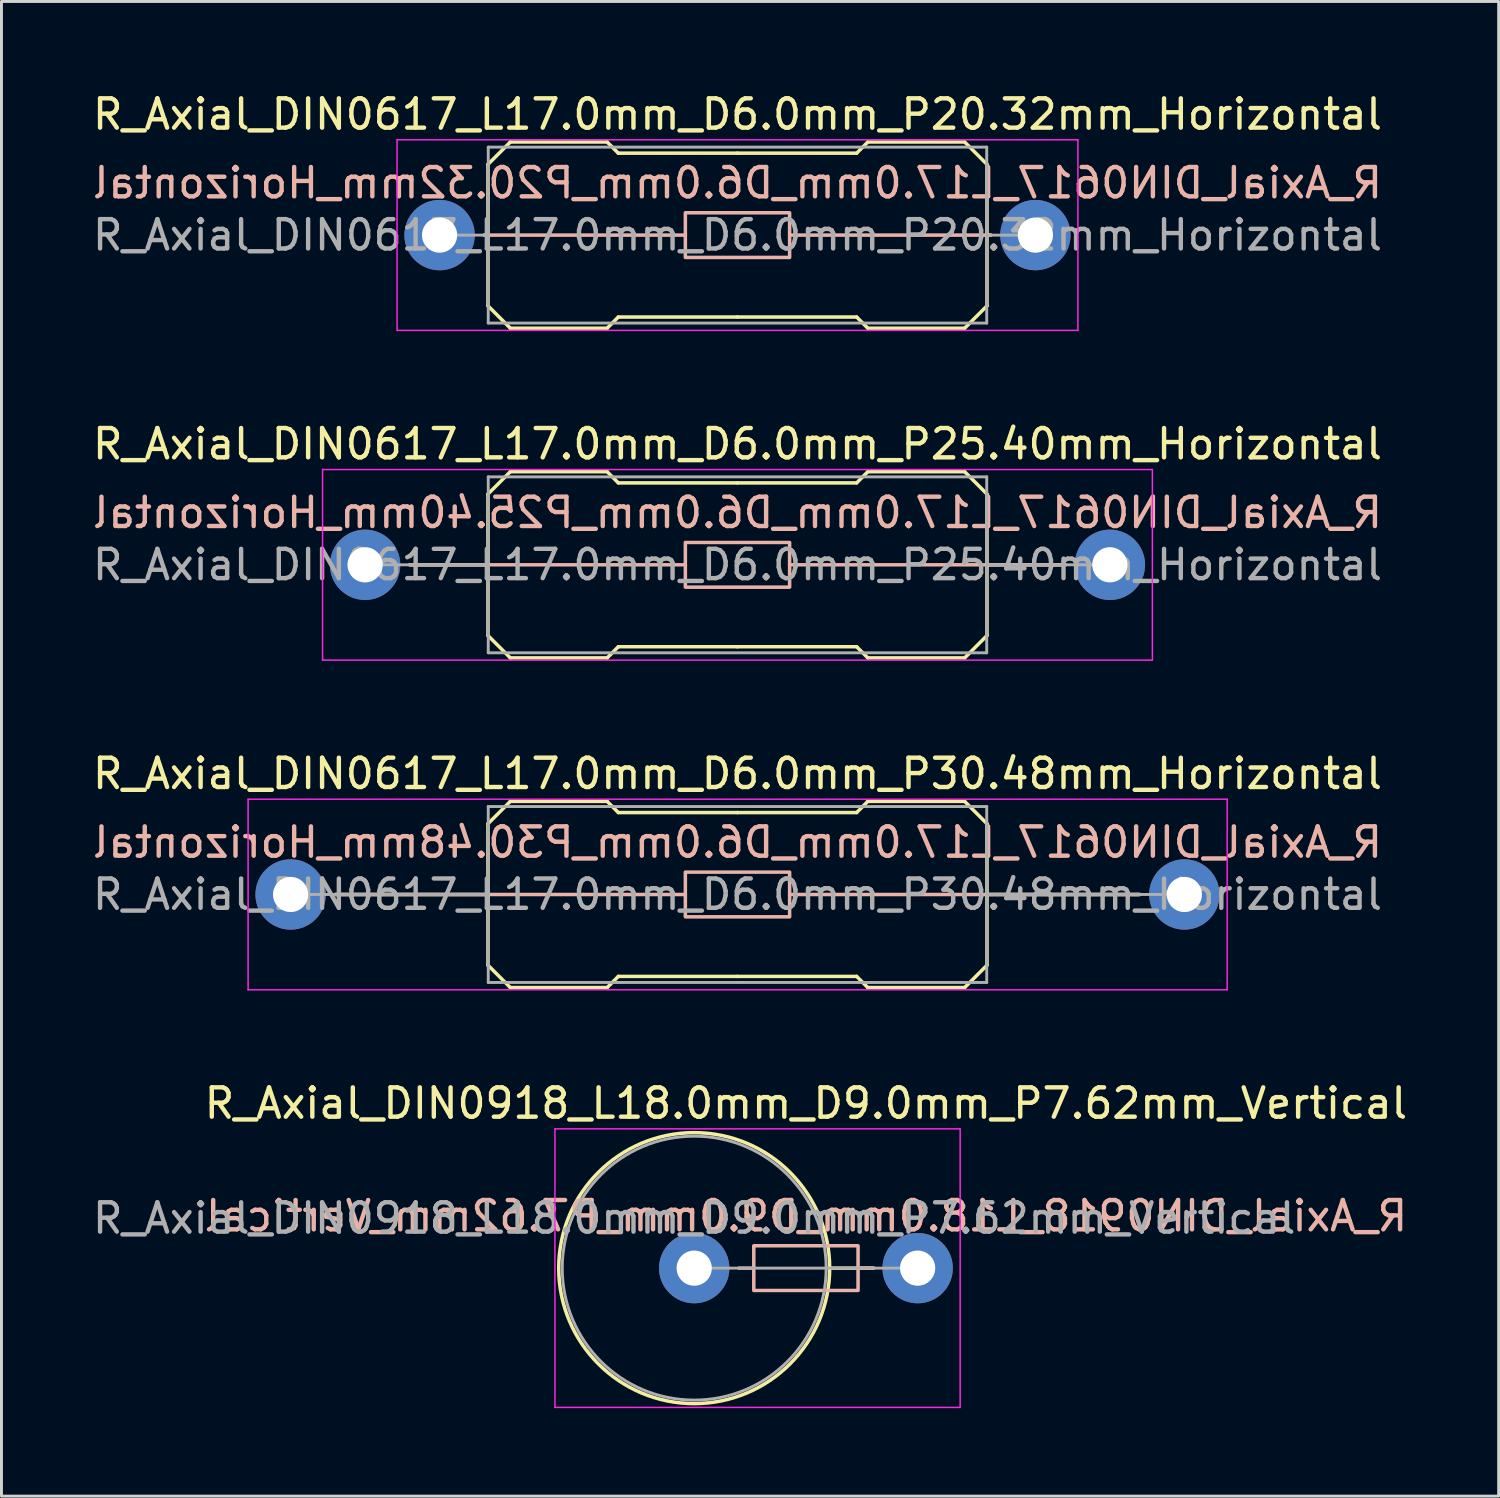
<source format=kicad_pcb>
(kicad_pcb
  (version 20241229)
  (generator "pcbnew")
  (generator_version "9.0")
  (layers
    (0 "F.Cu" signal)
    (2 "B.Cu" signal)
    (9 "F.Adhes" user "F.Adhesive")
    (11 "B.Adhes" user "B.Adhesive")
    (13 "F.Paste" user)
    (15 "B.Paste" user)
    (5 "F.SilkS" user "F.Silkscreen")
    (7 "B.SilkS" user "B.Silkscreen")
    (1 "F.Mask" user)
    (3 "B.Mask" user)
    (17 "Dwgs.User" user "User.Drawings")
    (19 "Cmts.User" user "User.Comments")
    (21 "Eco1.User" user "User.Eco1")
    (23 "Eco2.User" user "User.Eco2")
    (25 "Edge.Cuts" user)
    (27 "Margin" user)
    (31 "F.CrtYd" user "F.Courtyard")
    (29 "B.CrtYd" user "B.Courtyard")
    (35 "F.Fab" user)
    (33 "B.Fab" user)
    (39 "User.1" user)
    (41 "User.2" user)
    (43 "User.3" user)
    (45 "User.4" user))
  (footprint "R_Axial_DIN0617_L17.0mm_D6.0mm_P20.32mm_Horizontal"
    (layer "F.Cu")
    (at 11.941 4.968)
    (property "Reference" "R_Axial_DIN0617_L17.0mm_D6.0mm_P20.32mm_Horizontal" (at 10.16 -4.12 0) (layer "F.SilkS") (effects (font (size 1 1) (thickness 0.15))))
    (fp_line (start 1.651 -2.413) (end 1.651 2.413) (stroke (width 0.12) (type solid)) (layer "F.SilkS"))
    (fp_line (start 1.651 -2.413) (end 2.413 -3.175) (stroke (width 0.12) (type solid)) (layer "F.SilkS"))
    (fp_line (start 1.651 0) (end 1.524 0) (stroke (width 0.12) (type solid)) (layer "F.SilkS"))
    (fp_line (start 1.651 2.413) (end 2.413 3.175) (stroke (width 0.12) (type solid)) (layer "F.SilkS"))
    (fp_line (start 2.413 -3.175) (end 5.715 -3.175) (stroke (width 0.12) (type solid)) (layer "F.SilkS"))
    (fp_line (start 2.413 3.175) (end 5.715 3.175) (stroke (width 0.12) (type solid)) (layer "F.SilkS"))
    (fp_line (start 5.715 -3.175) (end 6.096 -2.794) (stroke (width 0.12) (type solid)) (layer "F.SilkS"))
    (fp_line (start 5.715 3.175) (end 6.096 2.794) (stroke (width 0.12) (type solid)) (layer "F.SilkS"))
    (fp_line (start 6.096 -2.794) (end 10.16 -2.794) (stroke (width 0.12) (type solid)) (layer "F.SilkS"))
    (fp_line (start 6.096 2.794) (end 10.16 2.794) (stroke (width 0.12) (type solid)) (layer "F.SilkS"))
    (fp_line (start 14.224 -2.794) (end 10.16 -2.794) (stroke (width 0.12) (type solid)) (layer "F.SilkS"))
    (fp_line (start 14.224 2.794) (end 10.16 2.794) (stroke (width 0.12) (type solid)) (layer "F.SilkS"))
    (fp_line (start 14.605 -3.175) (end 14.224 -2.794) (stroke (width 0.12) (type solid)) (layer "F.SilkS"))
    (fp_line (start 14.605 3.175) (end 14.224 2.794) (stroke (width 0.12) (type solid)) (layer "F.SilkS"))
    (fp_line (start 17.907 -3.175) (end 14.605 -3.175) (stroke (width 0.12) (type solid)) (layer "F.SilkS"))
    (fp_line (start 17.907 3.175) (end 14.605 3.175) (stroke (width 0.12) (type solid)) (layer "F.SilkS"))
    (fp_line (start 18.669 -2.413) (end 17.907 -3.175) (stroke (width 0.12) (type solid)) (layer "F.SilkS"))
    (fp_line (start 18.669 0) (end 18.796 0) (stroke (width 0.12) (type solid)) (layer "F.SilkS"))
    (fp_line (start 18.669 2.413) (end 17.907 3.175) (stroke (width 0.12) (type solid)) (layer "F.SilkS"))
    (fp_line (start 18.669 2.413) (end 18.669 -2.413) (stroke (width 0.12) (type solid)) (layer "F.SilkS"))
    (fp_line (start 8.382 0) (end 1.524 0) (stroke (width 0.12) (type solid)) (layer "B.SilkS"))
    (fp_line (start 11.938 0) (end 18.796 0) (stroke (width 0.12) (type solid)) (layer "B.SilkS"))
    (fp_rect (start 8.382 -0.762) (end 11.938 0.762) (stroke (width 0.12) (type solid)) (fill no) (layer "B.SilkS"))
    (fp_line (start -1.45 -3.25) (end -1.45 3.25) (stroke (width 0.05) (type solid)) (layer "F.CrtYd"))
    (fp_line (start -1.45 3.25) (end 21.77 3.25) (stroke (width 0.05) (type solid)) (layer "F.CrtYd"))
    (fp_line (start 21.77 -3.25) (end -1.45 -3.25) (stroke (width 0.05) (type solid)) (layer "F.CrtYd"))
    (fp_line (start 21.77 3.25) (end 21.77 -3.25) (stroke (width 0.05) (type solid)) (layer "F.CrtYd"))
    (fp_line (start 0 0) (end 1.66 0) (stroke (width 0.1) (type solid)) (layer "F.Fab"))
    (fp_line (start 1.66 -3) (end 1.66 3) (stroke (width 0.1) (type solid)) (layer "F.Fab"))
    (fp_line (start 1.66 3) (end 18.66 3) (stroke (width 0.1) (type solid)) (layer "F.Fab"))
    (fp_line (start 18.66 -3) (end 1.66 -3) (stroke (width 0.1) (type solid)) (layer "F.Fab"))
    (fp_line (start 18.66 3) (end 18.66 -3) (stroke (width 0.1) (type solid)) (layer "F.Fab"))
    (fp_line (start 20.32 0) (end 18.66 0) (stroke (width 0.1) (type solid)) (layer "F.Fab"))
    (fp_text user "${REFERENCE}" (at 10.16 -1.778 0) (layer "B.SilkS") (effects (font (size 1 1) (thickness 0.15)) (justify mirror)))
    (fp_text user "${REFERENCE}" (at 10.16 0 0) (layer "F.Fab") (effects (font (size 1 1) (thickness 0.15))))
    (pad "1" thru_hole circle (at 0 0) (size 2.4 2.4) (drill 1.2) (layers "*.Cu" "*.Mask"))
    (pad "2" thru_hole oval (at 20.32 0) (size 2.4 2.4) (drill 1.2) (layers "*.Cu" "*.Mask")))
  (footprint "R_Axial_DIN0617_L17.0mm_D6.0mm_P25.40mm_Horizontal"
    (layer "F.Cu")
    (at 9.401 16.212)
    (property "Reference" "R_Axial_DIN0617_L17.0mm_D6.0mm_P25.40mm_Horizontal" (at 12.7 -4.12 0) (layer "F.SilkS") (effects (font (size 1 1) (thickness 0.15))))
    (fp_line (start 4.191 -2.413) (end 4.191 2.413) (stroke (width 0.12) (type solid)) (layer "F.SilkS"))
    (fp_line (start 4.191 -2.413) (end 4.953 -3.175) (stroke (width 0.12) (type solid)) (layer "F.SilkS"))
    (fp_line (start 4.191 0) (end 1.524 0) (stroke (width 0.12) (type solid)) (layer "F.SilkS"))
    (fp_line (start 4.191 2.413) (end 4.953 3.175) (stroke (width 0.12) (type solid)) (layer "F.SilkS"))
    (fp_line (start 4.953 -3.175) (end 8.255 -3.175) (stroke (width 0.12) (type solid)) (layer "F.SilkS"))
    (fp_line (start 4.953 3.175) (end 8.255 3.175) (stroke (width 0.12) (type solid)) (layer "F.SilkS"))
    (fp_line (start 8.255 -3.175) (end 8.636 -2.794) (stroke (width 0.12) (type solid)) (layer "F.SilkS"))
    (fp_line (start 8.255 3.175) (end 8.636 2.794) (stroke (width 0.12) (type solid)) (layer "F.SilkS"))
    (fp_line (start 8.636 -2.794) (end 12.7 -2.794) (stroke (width 0.12) (type solid)) (layer "F.SilkS"))
    (fp_line (start 8.636 2.794) (end 12.7 2.794) (stroke (width 0.12) (type solid)) (layer "F.SilkS"))
    (fp_line (start 16.764 -2.794) (end 12.7 -2.794) (stroke (width 0.12) (type solid)) (layer "F.SilkS"))
    (fp_line (start 16.764 2.794) (end 12.7 2.794) (stroke (width 0.12) (type solid)) (layer "F.SilkS"))
    (fp_line (start 17.145 -3.175) (end 16.764 -2.794) (stroke (width 0.12) (type solid)) (layer "F.SilkS"))
    (fp_line (start 17.145 3.175) (end 16.764 2.794) (stroke (width 0.12) (type solid)) (layer "F.SilkS"))
    (fp_line (start 20.447 -3.175) (end 17.145 -3.175) (stroke (width 0.12) (type solid)) (layer "F.SilkS"))
    (fp_line (start 20.447 3.175) (end 17.145 3.175) (stroke (width 0.12) (type solid)) (layer "F.SilkS"))
    (fp_line (start 21.209 -2.413) (end 20.447 -3.175) (stroke (width 0.12) (type solid)) (layer "F.SilkS"))
    (fp_line (start 21.209 0) (end 23.876 0) (stroke (width 0.12) (type solid)) (layer "F.SilkS"))
    (fp_line (start 21.209 2.413) (end 20.447 3.175) (stroke (width 0.12) (type solid)) (layer "F.SilkS"))
    (fp_line (start 21.209 2.413) (end 21.209 -2.413) (stroke (width 0.12) (type solid)) (layer "F.SilkS"))
    (fp_line (start 10.922 0) (end 1.524 0) (stroke (width 0.12) (type solid)) (layer "B.SilkS"))
    (fp_line (start 14.478 0) (end 23.876 0) (stroke (width 0.12) (type solid)) (layer "B.SilkS"))
    (fp_rect (start 10.922 -0.762) (end 14.478 0.762) (stroke (width 0.12) (type solid)) (fill no) (layer "B.SilkS"))
    (fp_line (start -1.45 -3.25) (end -1.45 3.25) (stroke (width 0.05) (type solid)) (layer "F.CrtYd"))
    (fp_line (start -1.45 3.25) (end 26.85 3.25) (stroke (width 0.05) (type solid)) (layer "F.CrtYd"))
    (fp_line (start 26.85 -3.25) (end -1.45 -3.25) (stroke (width 0.05) (type solid)) (layer "F.CrtYd"))
    (fp_line (start 26.85 3.25) (end 26.85 -3.25) (stroke (width 0.05) (type solid)) (layer "F.CrtYd"))
    (fp_line (start 0 0) (end 4.2 0) (stroke (width 0.1) (type solid)) (layer "F.Fab"))
    (fp_line (start 4.2 -3) (end 4.2 3) (stroke (width 0.1) (type solid)) (layer "F.Fab"))
    (fp_line (start 4.2 3) (end 21.2 3) (stroke (width 0.1) (type solid)) (layer "F.Fab"))
    (fp_line (start 21.2 -3) (end 4.2 -3) (stroke (width 0.1) (type solid)) (layer "F.Fab"))
    (fp_line (start 21.2 3) (end 21.2 -3) (stroke (width 0.1) (type solid)) (layer "F.Fab"))
    (fp_line (start 25.4 0) (end 21.2 0) (stroke (width 0.1) (type solid)) (layer "F.Fab"))
    (fp_text user "${REFERENCE}" (at 12.7 -1.778 0) (layer "B.SilkS") (effects (font (size 1 1) (thickness 0.15)) (justify mirror)))
    (fp_text user "${REFERENCE}" (at 12.7 0 0) (layer "F.Fab") (effects (font (size 1 1) (thickness 0.15))))
    (pad "1" thru_hole circle (at 0 0) (size 2.4 2.4) (drill 1.2) (layers "*.Cu" "*.Mask"))
    (pad "2" thru_hole oval (at 25.4 0) (size 2.4 2.4) (drill 1.2) (layers "*.Cu" "*.Mask")))
  (footprint "R_Axial_DIN0918_L18.0mm_D9.0mm_P7.62mm_Vertical"
    (layer "F.Cu")
    (at 20.625 40.198)
    (property "Reference" "R_Axial_DIN0918_L18.0mm_D9.0mm_P7.62mm_Vertical" (at 3.81 -5.62 0) (layer "F.SilkS") (effects (font (size 1 1) (thickness 0.15))))
    (fp_line (start 4.62 0) (end 6.12 0) (stroke (width 0.12) (type solid)) (layer "F.SilkS"))
    (fp_circle (center 0 0) (end 4.62 0) (stroke (width 0.12) (type solid)) (fill no) (layer "F.SilkS"))
    (fp_line (start 2.032 0) (end 1.524 0) (stroke (width 0.12) (type solid)) (layer "B.SilkS"))
    (fp_line (start 5.588 0) (end 6.096 0) (stroke (width 0.12) (type solid)) (layer "B.SilkS"))
    (fp_rect (start 2.032 -0.762) (end 5.588 0.762) (stroke (width 0.12) (type solid)) (fill no) (layer "B.SilkS"))
    (fp_line (start -4.75 -4.75) (end -4.75 4.75) (stroke (width 0.05) (type solid)) (layer "F.CrtYd"))
    (fp_line (start -4.75 4.75) (end 9.07 4.75) (stroke (width 0.05) (type solid)) (layer "F.CrtYd"))
    (fp_line (start 9.07 -4.75) (end -4.75 -4.75) (stroke (width 0.05) (type solid)) (layer "F.CrtYd"))
    (fp_line (start 9.07 4.75) (end 9.07 -4.75) (stroke (width 0.05) (type solid)) (layer "F.CrtYd"))
    (fp_line (start 0 0) (end 7.62 0) (stroke (width 0.1) (type solid)) (layer "F.Fab"))
    (fp_circle (center 0 0) (end 4.5 0) (stroke (width 0.1) (type solid)) (fill no) (layer "F.Fab"))
    (fp_text user "${REFERENCE}" (at 3.81 -1.778 0) (layer "B.SilkS") (effects (font (size 1 1) (thickness 0.15)) (justify mirror)))
    (fp_text user "${REFERENCE}" (at 0 -1.7 0) (layer "F.Fab") (effects (font (size 1 1) (thickness 0.15))))
    (pad "1" thru_hole circle (at 0 0) (size 2.4 2.4) (drill 1.2) (layers "*.Cu" "*.Mask"))
    (pad "2" thru_hole oval (at 7.62 0) (size 2.4 2.4) (drill 1.2) (layers "*.Cu" "*.Mask")))
  (footprint "R_Axial_DIN0617_L17.0mm_D6.0mm_P30.48mm_Horizontal"
    (layer "F.Cu")
    (at 6.861 27.455)
    (property "Reference" "R_Axial_DIN0617_L17.0mm_D6.0mm_P30.48mm_Horizontal" (at 15.24 -4.12 0) (layer "F.SilkS") (effects (font (size 1 1) (thickness 0.15))))
    (fp_line (start 6.731 -2.413) (end 6.731 2.413) (stroke (width 0.12) (type solid)) (layer "F.SilkS"))
    (fp_line (start 6.731 -2.413) (end 7.493 -3.175) (stroke (width 0.12) (type solid)) (layer "F.SilkS"))
    (fp_line (start 6.731 0) (end 1.524 0) (stroke (width 0.12) (type solid)) (layer "F.SilkS"))
    (fp_line (start 6.731 2.413) (end 7.493 3.175) (stroke (width 0.12) (type solid)) (layer "F.SilkS"))
    (fp_line (start 7.493 -3.175) (end 10.795 -3.175) (stroke (width 0.12) (type solid)) (layer "F.SilkS"))
    (fp_line (start 7.493 3.175) (end 10.795 3.175) (stroke (width 0.12) (type solid)) (layer "F.SilkS"))
    (fp_line (start 10.795 -3.175) (end 11.176 -2.794) (stroke (width 0.12) (type solid)) (layer "F.SilkS"))
    (fp_line (start 10.795 3.175) (end 11.176 2.794) (stroke (width 0.12) (type solid)) (layer "F.SilkS"))
    (fp_line (start 11.176 -2.794) (end 15.24 -2.794) (stroke (width 0.12) (type solid)) (layer "F.SilkS"))
    (fp_line (start 11.176 2.794) (end 15.24 2.794) (stroke (width 0.12) (type solid)) (layer "F.SilkS"))
    (fp_line (start 19.304 -2.794) (end 15.24 -2.794) (stroke (width 0.12) (type solid)) (layer "F.SilkS"))
    (fp_line (start 19.304 2.794) (end 15.24 2.794) (stroke (width 0.12) (type solid)) (layer "F.SilkS"))
    (fp_line (start 19.685 -3.175) (end 19.304 -2.794) (stroke (width 0.12) (type solid)) (layer "F.SilkS"))
    (fp_line (start 19.685 3.175) (end 19.304 2.794) (stroke (width 0.12) (type solid)) (layer "F.SilkS"))
    (fp_line (start 22.987 -3.175) (end 19.685 -3.175) (stroke (width 0.12) (type solid)) (layer "F.SilkS"))
    (fp_line (start 22.987 3.175) (end 19.685 3.175) (stroke (width 0.12) (type solid)) (layer "F.SilkS"))
    (fp_line (start 23.749 -2.413) (end 22.987 -3.175) (stroke (width 0.12) (type solid)) (layer "F.SilkS"))
    (fp_line (start 23.749 0) (end 28.956 0) (stroke (width 0.12) (type solid)) (layer "F.SilkS"))
    (fp_line (start 23.749 2.413) (end 22.987 3.175) (stroke (width 0.12) (type solid)) (layer "F.SilkS"))
    (fp_line (start 23.749 2.413) (end 23.749 -2.413) (stroke (width 0.12) (type solid)) (layer "F.SilkS"))
    (fp_line (start 13.462 0) (end 1.524 0) (stroke (width 0.12) (type solid)) (layer "B.SilkS"))
    (fp_line (start 17.018 0) (end 28.956 0) (stroke (width 0.12) (type solid)) (layer "B.SilkS"))
    (fp_rect (start 13.462 -0.762) (end 17.018 0.762) (stroke (width 0.12) (type solid)) (fill no) (layer "B.SilkS"))
    (fp_line (start -1.45 -3.25) (end -1.45 3.25) (stroke (width 0.05) (type solid)) (layer "F.CrtYd"))
    (fp_line (start -1.45 3.25) (end 31.94 3.25) (stroke (width 0.05) (type solid)) (layer "F.CrtYd"))
    (fp_line (start 31.94 -3.25) (end -1.45 -3.25) (stroke (width 0.05) (type solid)) (layer "F.CrtYd"))
    (fp_line (start 31.94 3.25) (end 31.94 -3.25) (stroke (width 0.05) (type solid)) (layer "F.CrtYd"))
    (fp_line (start 0 0) (end 6.74 0) (stroke (width 0.1) (type solid)) (layer "F.Fab"))
    (fp_line (start 6.74 -3) (end 6.74 3) (stroke (width 0.1) (type solid)) (layer "F.Fab"))
    (fp_line (start 6.74 3) (end 23.74 3) (stroke (width 0.1) (type solid)) (layer "F.Fab"))
    (fp_line (start 23.74 -3) (end 6.74 -3) (stroke (width 0.1) (type solid)) (layer "F.Fab"))
    (fp_line (start 23.74 3) (end 23.74 -3) (stroke (width 0.1) (type solid)) (layer "F.Fab"))
    (fp_line (start 30.48 0) (end 23.74 0) (stroke (width 0.1) (type solid)) (layer "F.Fab"))
    (fp_text user "${REFERENCE}" (at 15.24 -1.778 0) (layer "B.SilkS") (effects (font (size 1 1) (thickness 0.15)) (justify mirror)))
    (fp_text user "${REFERENCE}" (at 15.24 0 0) (layer "F.Fab") (effects (font (size 1 1) (thickness 0.15))))
    (pad "1" thru_hole circle (at 0 0) (size 2.4 2.4) (drill 1.2) (layers "*.Cu" "*.Mask"))
    (pad "2" thru_hole oval (at 30.48 0) (size 2.4 2.4) (drill 1.2) (layers "*.Cu" "*.Mask")))
  (gr_rect
    (start -3 -3)
    (end 48.06 47.973)
    (stroke (width 0.1) (type default))
    (fill no)
    (layer "Edge.Cuts")))
</source>
